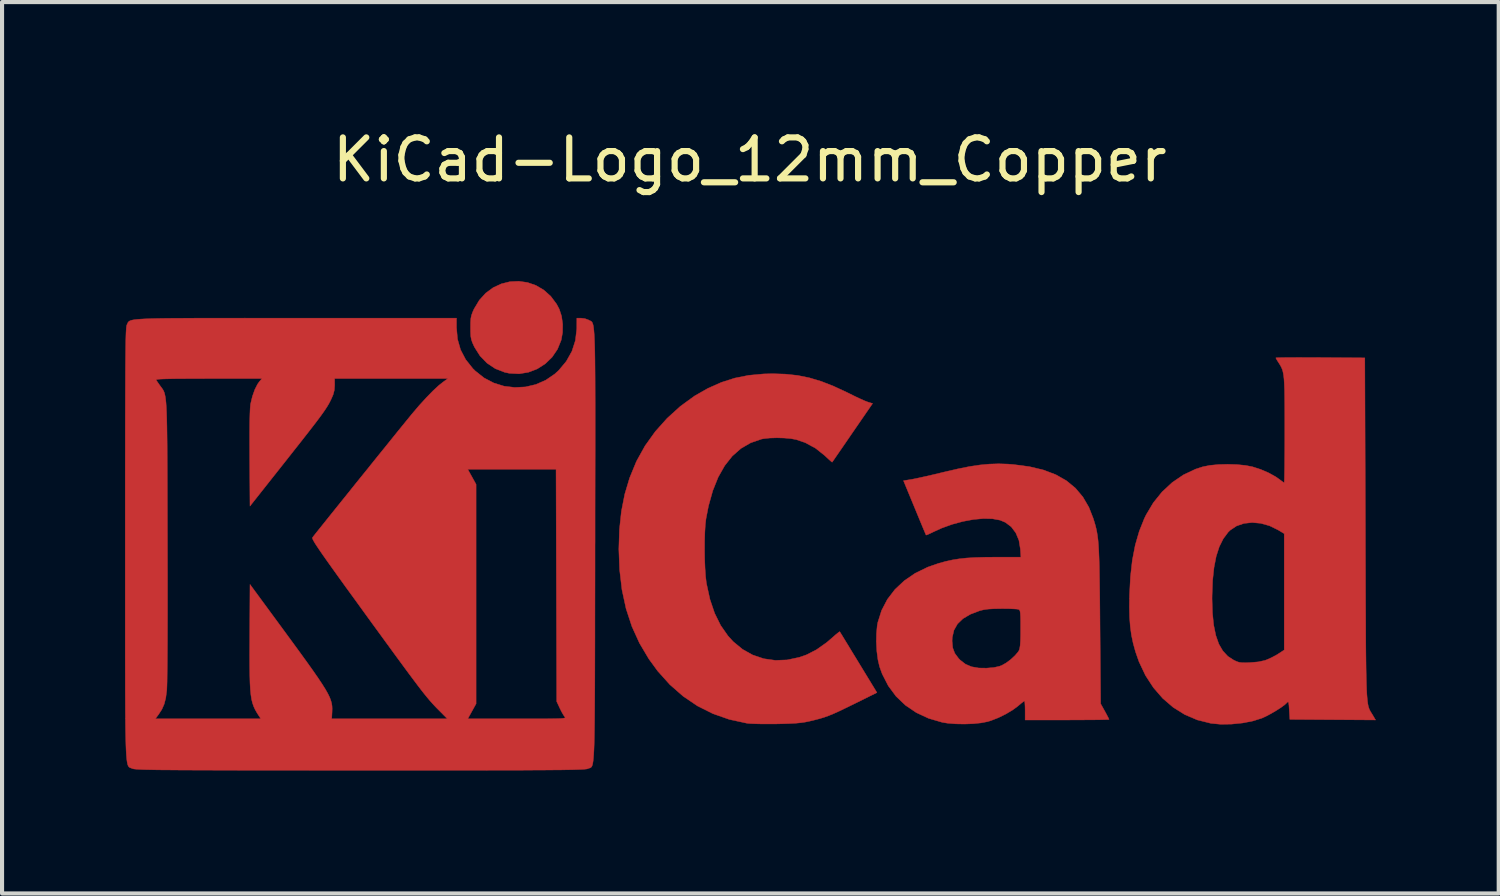
<source format=kicad_pcb>
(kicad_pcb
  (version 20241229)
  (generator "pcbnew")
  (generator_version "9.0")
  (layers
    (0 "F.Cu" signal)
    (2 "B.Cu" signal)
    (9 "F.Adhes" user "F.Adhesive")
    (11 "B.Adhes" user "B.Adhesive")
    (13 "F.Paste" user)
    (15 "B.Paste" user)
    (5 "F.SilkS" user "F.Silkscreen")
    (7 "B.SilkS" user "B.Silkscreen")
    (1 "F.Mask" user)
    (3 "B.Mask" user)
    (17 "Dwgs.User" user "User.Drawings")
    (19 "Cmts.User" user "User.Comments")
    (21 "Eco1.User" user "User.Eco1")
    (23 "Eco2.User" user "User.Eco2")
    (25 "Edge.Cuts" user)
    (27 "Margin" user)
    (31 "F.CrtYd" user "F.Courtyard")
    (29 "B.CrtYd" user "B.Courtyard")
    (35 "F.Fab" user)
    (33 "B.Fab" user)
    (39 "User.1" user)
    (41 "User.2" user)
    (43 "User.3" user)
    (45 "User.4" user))
  (footprint "KiCad-Logo_12mm_Copper"
    (layer "F.Cu")
    (at 15.245 9.738)
    (property "Reference" "KiCad-Logo_12mm_Copper" (at 0 -8.89 0) (layer "F.SilkS") (effects (font (size 1 1) (thickness 0.15))))
    (attr exclude_from_pos_files exclude_from_bom)
    (fp_poly (pts (xy -5.423 -5.895) (xy -5.218 -5.824) (xy -5.027 -5.712) (xy -4.856 -5.559) (xy -4.712 -5.366) (xy -4.648 -5.244) (xy -4.592 -5.073) (xy -4.565 -4.876) (xy -4.568 -4.674) (xy -4.601 -4.49) (xy -4.692 -4.266) (xy -4.824 -4.072) (xy -4.991 -3.911) (xy -5.185 -3.787) (xy -5.399 -3.705) (xy -5.628 -3.667) (xy -5.865 -3.679) (xy -5.981 -3.704) (xy -6.208 -3.792) (xy -6.41 -3.927) (xy -6.582 -4.104) (xy -6.718 -4.319) (xy -6.729 -4.343) (xy -6.769 -4.431) (xy -6.794 -4.505) (xy -6.808 -4.583) (xy -6.813 -4.684) (xy -6.814 -4.793) (xy -6.813 -4.925) (xy -6.806 -5.019) (xy -6.79 -5.096) (xy -6.762 -5.173) (xy -6.728 -5.249) (xy -6.599 -5.464) (xy -6.441 -5.638) (xy -6.259 -5.771) (xy -6.06 -5.863) (xy -5.85 -5.915) (xy -5.636 -5.925) (xy -5.423 -5.895)) (stroke (width 0.01) (type solid)) (fill yes) (layer "F.Cu"))
    (fp_poly (pts (xy 0.875 -3.659) (xy 1.17 -3.627) (xy 1.455 -3.569) (xy 1.743 -3.483) (xy 2.045 -3.365) (xy 2.372 -3.213) (xy 2.431 -3.184) (xy 2.566 -3.117) (xy 2.694 -3.057) (xy 2.801 -3.009) (xy 2.876 -2.98) (xy 2.887 -2.976) (xy 2.997 -2.943) (xy 2.506 -2.23) (xy 2.386 -2.055) (xy 2.277 -1.896) (xy 2.181 -1.757) (xy 2.103 -1.644) (xy 2.047 -1.562) (xy 2.015 -1.517) (xy 2.01 -1.51) (xy 1.99 -1.525) (xy 1.939 -1.57) (xy 1.867 -1.636) (xy 1.827 -1.674) (xy 1.603 -1.852) (xy 1.351 -1.988) (xy 1.133 -2.062) (xy 1.003 -2.086) (xy 0.84 -2.1) (xy 0.663 -2.105) (xy 0.491 -2.1) (xy 0.345 -2.085) (xy 0.286 -2.074) (xy 0.022 -1.983) (xy -0.216 -1.845) (xy -0.427 -1.659) (xy -0.612 -1.425) (xy -0.771 -1.144) (xy -0.902 -0.817) (xy -1.007 -0.443) (xy -1.069 -0.123) (xy -1.085 0.018) (xy -1.096 0.201) (xy -1.102 0.412) (xy -1.103 0.637) (xy -1.1 0.865) (xy -1.091 1.081) (xy -1.078 1.273) (xy -1.06 1.428) (xy -1.056 1.452) (xy -0.972 1.836) (xy -0.857 2.176) (xy -0.71 2.473) (xy -0.531 2.729) (xy -0.404 2.868) (xy -0.176 3.056) (xy 0.073 3.195) (xy 0.341 3.285) (xy 0.623 3.325) (xy 0.913 3.314) (xy 1.209 3.251) (xy 1.384 3.19) (xy 1.626 3.066) (xy 1.876 2.89) (xy 2.016 2.77) (xy 2.094 2.701) (xy 2.156 2.651) (xy 2.191 2.626) (xy 2.195 2.625) (xy 2.211 2.65) (xy 2.252 2.716) (xy 2.314 2.818) (xy 2.394 2.949) (xy 2.488 3.104) (xy 2.594 3.277) (xy 2.653 3.374) (xy 3.103 4.112) (xy 2.541 4.39) (xy 2.338 4.489) (xy 2.174 4.568) (xy 2.038 4.629) (xy 1.921 4.677) (xy 1.812 4.716) (xy 1.701 4.749) (xy 1.579 4.781) (xy 1.461 4.809) (xy 1.357 4.831) (xy 1.248 4.847) (xy 1.123 4.859) (xy 0.972 4.867) (xy 0.783 4.873) (xy 0.655 4.876) (xy 0.474 4.877) (xy 0.3 4.877) (xy 0.144 4.873) (xy 0.02 4.868) (xy -0.063 4.861) (xy -0.068 4.86) (xy -0.497 4.767) (xy -0.9 4.626) (xy -1.276 4.438) (xy -1.626 4.201) (xy -1.95 3.917) (xy -2.247 3.586) (xy -2.462 3.291) (xy -2.691 2.905) (xy -2.876 2.498) (xy -3.018 2.066) (xy -3.118 1.605) (xy -3.176 1.113) (xy -3.195 0.614) (xy -3.18 0.131) (xy -3.132 -0.315) (xy -3.05 -0.731) (xy -2.932 -1.125) (xy -2.777 -1.503) (xy -2.759 -1.543) (xy -2.555 -1.91) (xy -2.305 -2.259) (xy -2.015 -2.583) (xy -1.693 -2.875) (xy -1.346 -3.127) (xy -1.022 -3.312) (xy -0.695 -3.457) (xy -0.368 -3.562) (xy -0.027 -3.63) (xy 0.34 -3.664) (xy 0.56 -3.669) (xy 0.875 -3.659)) (stroke (width 0.01) (type solid)) (fill yes) (layer "F.Cu"))
    (fp_poly (pts (xy 13.611 -4.064) (xy 13.843 -4.063) (xy 13.922 -4.063) (xy 15.008 -4.056) (xy 15.022 0.109) (xy 15.023 0.674) (xy 15.025 1.187) (xy 15.026 1.65) (xy 15.028 2.067) (xy 15.03 2.44) (xy 15.031 2.772) (xy 15.033 3.064) (xy 15.036 3.321) (xy 15.039 3.544) (xy 15.043 3.737) (xy 15.047 3.901) (xy 15.052 4.04) (xy 15.058 4.157) (xy 15.066 4.253) (xy 15.074 4.331) (xy 15.083 4.395) (xy 15.094 4.447) (xy 15.107 4.489) (xy 15.12 4.524) (xy 15.136 4.555) (xy 15.153 4.585) (xy 15.172 4.615) (xy 15.193 4.649) (xy 15.198 4.657) (xy 15.27 4.78) (xy 14.224 4.773) (xy 13.178 4.766) (xy 13.164 4.536) (xy 13.157 4.426) (xy 13.149 4.362) (xy 13.139 4.337) (xy 13.123 4.342) (xy 13.11 4.356) (xy 13.052 4.41) (xy 12.959 4.478) (xy 12.842 4.553) (xy 12.715 4.627) (xy 12.592 4.692) (xy 12.498 4.735) (xy 12.276 4.805) (xy 12.022 4.854) (xy 11.754 4.881) (xy 11.491 4.885) (xy 11.252 4.862) (xy 11.248 4.861) (xy 10.92 4.779) (xy 10.614 4.648) (xy 10.331 4.471) (xy 10.075 4.251) (xy 9.849 3.99) (xy 9.655 3.692) (xy 9.498 3.36) (xy 9.412 3.114) (xy 9.355 2.907) (xy 9.313 2.708) (xy 9.285 2.503) (xy 9.268 2.28) (xy 9.262 2.027) (xy 9.265 1.821) (xy 11.28 1.821) (xy 11.29 2.167) (xy 11.32 2.464) (xy 11.372 2.717) (xy 11.445 2.926) (xy 11.543 3.094) (xy 11.664 3.225) (xy 11.805 3.317) (xy 11.878 3.352) (xy 11.941 3.373) (xy 12.011 3.382) (xy 12.106 3.383) (xy 12.208 3.379) (xy 12.409 3.362) (xy 12.568 3.327) (xy 12.618 3.309) (xy 12.732 3.258) (xy 12.852 3.194) (xy 12.905 3.161) (xy 13.041 3.072) (xy 13.041 0.233) (xy 12.891 0.143) (xy 12.682 0.041) (xy 12.468 -0.019) (xy 12.257 -0.038) (xy 12.057 -0.016) (xy 11.877 0.046) (xy 11.723 0.149) (xy 11.673 0.198) (xy 11.553 0.359) (xy 11.456 0.554) (xy 11.381 0.787) (xy 11.328 1.06) (xy 11.294 1.377) (xy 11.281 1.742) (xy 11.28 1.821) (xy 9.265 1.821) (xy 9.266 1.735) (xy 9.289 1.285) (xy 9.335 0.88) (xy 9.406 0.512) (xy 9.503 0.177) (xy 9.626 -0.132) (xy 9.67 -0.223) (xy 9.848 -0.522) (xy 10.062 -0.787) (xy 10.308 -1.015) (xy 10.581 -1.201) (xy 10.877 -1.341) (xy 11.053 -1.398) (xy 11.227 -1.433) (xy 11.436 -1.453) (xy 11.663 -1.459) (xy 11.89 -1.452) (xy 12.1 -1.431) (xy 12.268 -1.398) (xy 12.469 -1.333) (xy 12.663 -1.249) (xy 12.833 -1.155) (xy 12.924 -1.091) (xy 12.986 -1.044) (xy 13.03 -1.015) (xy 13.04 -1.011) (xy 13.043 -1.037) (xy 13.046 -1.113) (xy 13.048 -1.232) (xy 13.051 -1.391) (xy 13.052 -1.582) (xy 13.054 -1.801) (xy 13.055 -2.043) (xy 13.055 -2.29) (xy 13.055 -2.606) (xy 13.054 -2.872) (xy 13.052 -3.093) (xy 13.049 -3.276) (xy 13.043 -3.424) (xy 13.036 -3.543) (xy 13.025 -3.638) (xy 13.011 -3.713) (xy 12.993 -3.775) (xy 12.97 -3.828) (xy 12.943 -3.878) (xy 12.911 -3.929) (xy 12.907 -3.935) (xy 12.865 -4.001) (xy 12.84 -4.046) (xy 12.837 -4.056) (xy 12.863 -4.059) (xy 12.938 -4.061) (xy 13.056 -4.063) (xy 13.212 -4.064) (xy 13.399 -4.065) (xy 13.611 -4.064)) (stroke (width 0.01) (type solid)) (fill yes) (layer "F.Cu"))
    (fp_poly (pts (xy 6.301 -1.464) (xy 6.436 -1.453) (xy 6.823 -1.402) (xy 7.166 -1.32) (xy 7.467 -1.206) (xy 7.726 -1.059) (xy 7.946 -0.878) (xy 8.128 -0.662) (xy 8.275 -0.41) (xy 8.382 -0.137) (xy 8.409 -0.049) (xy 8.433 0.032) (xy 8.453 0.113) (xy 8.47 0.196) (xy 8.485 0.288) (xy 8.498 0.391) (xy 8.508 0.511) (xy 8.516 0.651) (xy 8.523 0.817) (xy 8.529 1.012) (xy 8.533 1.242) (xy 8.537 1.509) (xy 8.541 1.82) (xy 8.544 2.178) (xy 8.546 2.458) (xy 8.562 4.384) (xy 8.665 4.569) (xy 8.713 4.658) (xy 8.749 4.727) (xy 8.766 4.764) (xy 8.767 4.767) (xy 8.741 4.77) (xy 8.666 4.772) (xy 8.548 4.775) (xy 8.394 4.777) (xy 8.209 4.778) (xy 7.999 4.779) (xy 7.77 4.78) (xy 7.743 4.78) (xy 6.719 4.78) (xy 6.719 4.547) (xy 6.717 4.443) (xy 6.712 4.362) (xy 6.706 4.319) (xy 6.703 4.315) (xy 6.676 4.332) (xy 6.62 4.376) (xy 6.547 4.437) (xy 6.546 4.439) (xy 6.413 4.537) (xy 6.246 4.636) (xy 6.063 4.726) (xy 5.883 4.796) (xy 5.804 4.82) (xy 5.646 4.851) (xy 5.452 4.871) (xy 5.241 4.879) (xy 5.029 4.875) (xy 4.834 4.86) (xy 4.698 4.838) (xy 4.363 4.74) (xy 4.063 4.6) (xy 3.797 4.42) (xy 3.569 4.202) (xy 3.38 3.947) (xy 3.232 3.658) (xy 3.168 3.482) (xy 3.128 3.312) (xy 3.101 3.107) (xy 3.089 2.886) (xy 3.089 2.854) (xy 4.937 2.854) (xy 4.952 3.018) (xy 5.003 3.154) (xy 5.097 3.28) (xy 5.133 3.317) (xy 5.262 3.417) (xy 5.411 3.481) (xy 5.589 3.512) (xy 5.777 3.515) (xy 5.955 3.5) (xy 6.091 3.47) (xy 6.15 3.448) (xy 6.257 3.387) (xy 6.37 3.303) (xy 6.473 3.207) (xy 6.55 3.116) (xy 6.571 3.082) (xy 6.586 3.035) (xy 6.598 2.96) (xy 6.605 2.851) (xy 6.609 2.699) (xy 6.609 2.554) (xy 6.609 2.386) (xy 6.607 2.264) (xy 6.602 2.181) (xy 6.595 2.128) (xy 6.583 2.099) (xy 6.567 2.084) (xy 6.562 2.082) (xy 6.518 2.074) (xy 6.431 2.069) (xy 6.312 2.064) (xy 6.175 2.063) (xy 6.145 2.063) (xy 5.961 2.066) (xy 5.819 2.074) (xy 5.707 2.09) (xy 5.613 2.113) (xy 5.382 2.201) (xy 5.201 2.308) (xy 5.068 2.437) (xy 4.982 2.59) (xy 4.941 2.768) (xy 4.937 2.854) (xy 3.089 2.854) (xy 3.092 2.67) (xy 3.11 2.476) (xy 3.125 2.397) (xy 3.217 2.106) (xy 3.357 1.838) (xy 3.542 1.596) (xy 3.77 1.382) (xy 4.037 1.199) (xy 4.343 1.05) (xy 4.602 0.96) (xy 4.775 0.912) (xy 4.941 0.875) (xy 5.11 0.848) (xy 5.293 0.828) (xy 5.501 0.816) (xy 5.744 0.809) (xy 5.964 0.807) (xy 6.616 0.806) (xy 6.603 0.61) (xy 6.568 0.397) (xy 6.492 0.215) (xy 6.38 0.066) (xy 6.234 -0.043) (xy 6.106 -0.096) (xy 5.922 -0.13) (xy 5.703 -0.135) (xy 5.46 -0.113) (xy 5.202 -0.065) (xy 4.939 0.006) (xy 4.683 0.098) (xy 4.497 0.183) (xy 4.407 0.226) (xy 4.339 0.257) (xy 4.304 0.268) (xy 4.302 0.268) (xy 4.29 0.242) (xy 4.26 0.171) (xy 4.215 0.064) (xy 4.158 -0.074) (xy 4.091 -0.235) (xy 4.023 -0.4) (xy 3.751 -1.059) (xy 3.944 -1.09) (xy 4.028 -1.106) (xy 4.154 -1.133) (xy 4.312 -1.168) (xy 4.49 -1.209) (xy 4.677 -1.254) (xy 4.752 -1.272) (xy 5.076 -1.347) (xy 5.359 -1.404) (xy 5.613 -1.442) (xy 5.847 -1.464) (xy 6.073 -1.471) (xy 6.301 -1.464)) (stroke (width 0.01) (type solid)) (fill yes) (layer "F.Cu"))
    (fp_poly (pts (xy -11.847 -5.025) (xy -11.321 -5.025) (xy -11.076 -5.025) (xy -7.156 -5.025) (xy -7.156 -4.794) (xy -7.131 -4.513) (xy -7.057 -4.254) (xy -6.932 -4.015) (xy -6.756 -3.794) (xy -6.696 -3.735) (xy -6.482 -3.566) (xy -6.246 -3.443) (xy -5.995 -3.365) (xy -5.735 -3.334) (xy -5.475 -3.347) (xy -5.221 -3.406) (xy -4.98 -3.511) (xy -4.76 -3.661) (xy -4.661 -3.751) (xy -4.476 -3.973) (xy -4.34 -4.216) (xy -4.255 -4.479) (xy -4.222 -4.759) (xy -4.221 -4.786) (xy -4.22 -5.025) (xy -4.115 -5.025) (xy -4.021 -5.013) (xy -3.936 -4.982) (xy -3.931 -4.979) (xy -3.912 -4.969) (xy -3.894 -4.961) (xy -3.878 -4.953) (xy -3.863 -4.943) (xy -3.85 -4.928) (xy -3.838 -4.907) (xy -3.827 -4.876) (xy -3.817 -4.834) (xy -3.809 -4.778) (xy -3.802 -4.707) (xy -3.795 -4.617) (xy -3.79 -4.507) (xy -3.785 -4.374) (xy -3.781 -4.216) (xy -3.778 -4.031) (xy -3.776 -3.817) (xy -3.774 -3.571) (xy -3.773 -3.29) (xy -3.772 -2.974) (xy -3.772 -2.619) (xy -3.772 -2.223) (xy -3.772 -1.784) (xy -3.773 -1.3) (xy -3.774 -0.769) (xy -3.775 -0.187) (xy -3.775 0.446) (xy -3.776 0.524) (xy -3.776 1.161) (xy -3.777 1.747) (xy -3.778 2.282) (xy -3.778 2.769) (xy -3.779 3.211) (xy -3.78 3.609) (xy -3.781 3.967) (xy -3.783 4.285) (xy -3.785 4.568) (xy -3.787 4.815) (xy -3.79 5.031) (xy -3.793 5.217) (xy -3.797 5.376) (xy -3.802 5.509) (xy -3.808 5.62) (xy -3.815 5.709) (xy -3.822 5.781) (xy -3.831 5.836) (xy -3.84 5.877) (xy -3.851 5.906) (xy -3.863 5.926) (xy -3.877 5.939) (xy -3.892 5.948) (xy -3.908 5.953) (xy -3.926 5.958) (xy -3.946 5.965) (xy -3.95 5.968) (xy -3.965 5.973) (xy -3.991 5.977) (xy -4.028 5.981) (xy -4.08 5.985) (xy -4.148 5.988) (xy -4.236 5.991) (xy -4.344 5.994) (xy -4.476 5.996) (xy -4.633 5.999) (xy -4.818 6) (xy -5.033 6.002) (xy -5.28 6.003) (xy -5.561 6.005) (xy -5.878 6.006) (xy -6.234 6.006) (xy -6.631 6.007) (xy -7.071 6.007) (xy -7.556 6.008) (xy -8.088 6.008) (xy -8.67 6.008) (xy -9.303 6.008) (xy -9.509 6.008) (xy -10.156 6.008) (xy -10.752 6.008) (xy -11.297 6.007) (xy -11.794 6.007) (xy -12.245 6.007) (xy -12.653 6.006) (xy -13.02 6.005) (xy -13.347 6.004) (xy -13.638 6.003) (xy -13.894 6.002) (xy -14.117 6) (xy -14.31 5.999) (xy -14.476 5.997) (xy -14.615 5.994) (xy -14.731 5.992) (xy -14.826 5.989) (xy -14.901 5.985) (xy -14.96 5.982) (xy -15.003 5.978) (xy -15.035 5.974) (xy -15.056 5.969) (xy -15.067 5.965) (xy -15.088 5.956) (xy -15.107 5.95) (xy -15.124 5.943) (xy -15.139 5.935) (xy -15.154 5.921) (xy -15.166 5.902) (xy -15.178 5.873) (xy -15.188 5.832) (xy -15.197 5.779) (xy -15.205 5.709) (xy -15.212 5.622) (xy -15.218 5.514) (xy -15.223 5.383) (xy -15.227 5.228) (xy -15.231 5.045) (xy -15.234 4.834) (xy -15.234 4.752) (xy -14.505 4.752) (xy -11.929 4.752) (xy -11.979 4.677) (xy -12.028 4.6) (xy -12.07 4.526) (xy -12.104 4.452) (xy -12.133 4.37) (xy -12.156 4.277) (xy -12.173 4.166) (xy -12.186 4.034) (xy -12.195 3.875) (xy -12.2 3.683) (xy -12.203 3.454) (xy -12.204 3.182) (xy -12.202 2.863) (xy -12.202 2.744) (xy -12.195 1.472) (xy -11.389 2.569) (xy -11.161 2.88) (xy -10.963 3.151) (xy -10.794 3.385) (xy -10.65 3.587) (xy -10.531 3.759) (xy -10.434 3.905) (xy -10.357 4.028) (xy -10.297 4.133) (xy -10.253 4.223) (xy -10.223 4.302) (xy -10.203 4.372) (xy -10.193 4.439) (xy -10.19 4.504) (xy -10.192 4.573) (xy -10.192 4.581) (xy -10.201 4.752) (xy -8.789 4.752) (xy -7.378 4.752) (xy -7.588 4.54) (xy -7.645 4.483) (xy -7.699 4.426) (xy -7.752 4.368) (xy -7.807 4.306) (xy -7.867 4.235) (xy -7.933 4.154) (xy -8.008 4.059) (xy -8.094 3.947) (xy -8.194 3.814) (xy -8.31 3.659) (xy -8.445 3.476) (xy -8.6 3.265) (xy -8.779 3.02) (xy -8.983 2.74) (xy -9.215 2.422) (xy -9.405 2.16) (xy -9.643 1.831) (xy -9.852 1.544) (xy -10.031 1.295) (xy -10.184 1.082) (xy -10.312 0.902) (xy -10.417 0.753) (xy -10.501 0.631) (xy -10.566 0.534) (xy -10.614 0.46) (xy -10.646 0.404) (xy -10.665 0.366) (xy -10.673 0.342) (xy -10.67 0.329) (xy -10.644 0.295) (xy -10.587 0.222) (xy -10.502 0.116) (xy -10.393 -0.02) (xy -10.264 -0.181) (xy -10.118 -0.363) (xy -9.958 -0.562) (xy -9.788 -0.773) (xy -9.612 -0.993) (xy -9.432 -1.216) (xy -9.333 -1.338) (xy -6.882 -1.338) (xy -6.678 -0.97) (xy -6.678 4.384) (xy -6.882 4.752) (xy -5.676 4.752) (xy -5.388 4.752) (xy -5.151 4.752) (xy -4.958 4.751) (xy -4.807 4.749) (xy -4.693 4.747) (xy -4.61 4.744) (xy -4.554 4.739) (xy -4.521 4.733) (xy -4.507 4.725) (xy -4.506 4.715) (xy -4.515 4.704) (xy -4.515 4.704) (xy -4.549 4.654) (xy -4.595 4.573) (xy -4.635 4.492) (xy -4.711 4.329) (xy -4.719 1.495) (xy -4.727 -1.338) (xy -6.882 -1.338) (xy -9.333 -1.338) (xy -9.253 -1.438) (xy -9.078 -1.656) (xy -8.909 -1.864) (xy -8.752 -2.059) (xy -8.609 -2.237) (xy -8.483 -2.392) (xy -8.378 -2.521) (xy -8.298 -2.619) (xy -8.251 -2.677) (xy -8.069 -2.891) (xy -7.893 -3.084) (xy -7.731 -3.25) (xy -7.588 -3.383) (xy -7.486 -3.464) (xy -7.366 -3.551) (xy -10.13 -3.551) (xy -10.129 -3.388) (xy -10.137 -3.269) (xy -10.166 -3.159) (xy -10.211 -3.054) (xy -10.24 -2.995) (xy -10.271 -2.936) (xy -10.308 -2.874) (xy -10.352 -2.805) (xy -10.408 -2.724) (xy -10.476 -2.629) (xy -10.562 -2.514) (xy -10.667 -2.377) (xy -10.794 -2.213) (xy -10.946 -2.019) (xy -11.127 -1.79) (xy -11.338 -1.522) (xy -11.362 -1.492) (xy -12.195 -0.439) (xy -12.203 -1.605) (xy -12.204 -1.955) (xy -12.204 -2.251) (xy -12.202 -2.494) (xy -12.197 -2.686) (xy -12.191 -2.826) (xy -12.183 -2.917) (xy -12.18 -2.935) (xy -12.136 -3.117) (xy -12.078 -3.281) (xy -12.011 -3.413) (xy -11.972 -3.469) (xy -11.903 -3.551) (xy -13.204 -3.551) (xy -13.515 -3.55) (xy -13.774 -3.549) (xy -13.987 -3.548) (xy -14.156 -3.545) (xy -14.286 -3.542) (xy -14.38 -3.538) (xy -14.442 -3.533) (xy -14.476 -3.526) (xy -14.486 -3.518) (xy -14.485 -3.516) (xy -14.458 -3.475) (xy -14.412 -3.409) (xy -14.388 -3.375) (xy -14.363 -3.342) (xy -14.341 -3.312) (xy -14.321 -3.283) (xy -14.304 -3.252) (xy -14.288 -3.215) (xy -14.275 -3.17) (xy -14.263 -3.114) (xy -14.253 -3.043) (xy -14.244 -2.956) (xy -14.237 -2.849) (xy -14.231 -2.719) (xy -14.226 -2.563) (xy -14.222 -2.379) (xy -14.219 -2.162) (xy -14.216 -1.912) (xy -14.215 -1.623) (xy -14.213 -1.295) (xy -14.212 -0.922) (xy -14.211 -0.504) (xy -14.21 -0.036) (xy -14.209 0.393) (xy -14.208 0.872) (xy -14.207 1.329) (xy -14.207 1.761) (xy -14.207 2.166) (xy -14.208 2.539) (xy -14.209 2.879) (xy -14.211 3.182) (xy -14.213 3.446) (xy -14.216 3.668) (xy -14.218 3.844) (xy -14.222 3.971) (xy -14.225 4.048) (xy -14.226 4.056) (xy -14.25 4.242) (xy -14.288 4.391) (xy -14.345 4.521) (xy -14.428 4.649) (xy -14.439 4.663) (xy -14.505 4.752) (xy -15.234 4.752) (xy -15.236 4.59) (xy -15.237 4.313) (xy -15.239 3.999) (xy -15.239 3.648) (xy -15.24 3.255) (xy -15.24 2.82) (xy -15.24 2.339) (xy -15.24 1.811) (xy -15.24 1.234) (xy -15.24 0.604) (xy -15.24 0.479) (xy -15.24 -0.157) (xy -15.24 -0.741) (xy -15.24 -1.274) (xy -15.239 -1.76) (xy -15.239 -2.2) (xy -15.238 -2.597) (xy -15.237 -2.952) (xy -15.236 -3.269) (xy -15.235 -3.549) (xy -15.234 -3.794) (xy -15.232 -4.008) (xy -15.23 -4.191) (xy -15.228 -4.346) (xy -15.226 -4.477) (xy -15.223 -4.583) (xy -15.22 -4.669) (xy -15.216 -4.736) (xy -15.213 -4.787) (xy -15.208 -4.823) (xy -15.204 -4.848) (xy -15.199 -4.862) (xy -15.199 -4.862) (xy -15.188 -4.885) (xy -15.18 -4.905) (xy -15.17 -4.923) (xy -15.157 -4.939) (xy -15.138 -4.953) (xy -15.11 -4.966) (xy -15.071 -4.977) (xy -15.017 -4.987) (xy -14.947 -4.995) (xy -14.858 -5.002) (xy -14.746 -5.008) (xy -14.61 -5.013) (xy -14.447 -5.017) (xy -14.254 -5.02) (xy -14.029 -5.022) (xy -13.768 -5.023) (xy -13.47 -5.025) (xy -13.131 -5.025) (xy -12.75 -5.025) (xy -12.323 -5.026) (xy -11.847 -5.025)) (stroke (width 0.01) (type solid)) (fill yes) (layer "F.Cu")))
  (gr_rect
    (start -3 -3)
    (end 33.52 18.751)
    (stroke (width 0.1) (type default))
    (fill no)
    (layer "Edge.Cuts")))
</source>
